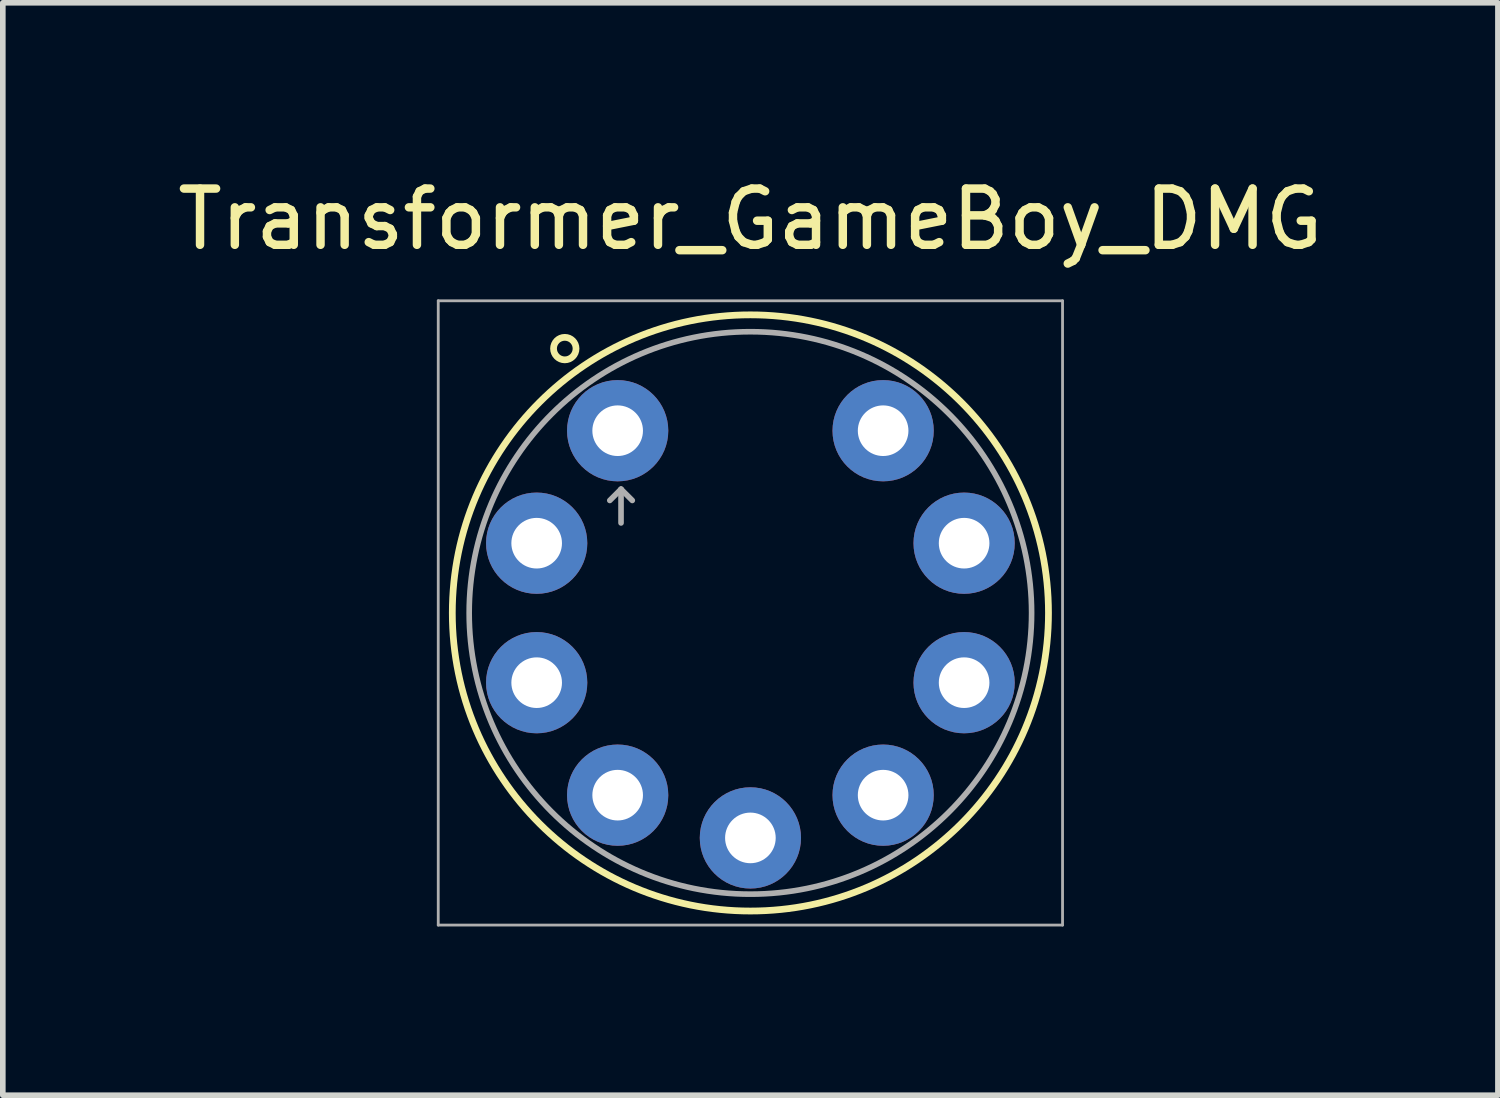
<source format=kicad_pcb>
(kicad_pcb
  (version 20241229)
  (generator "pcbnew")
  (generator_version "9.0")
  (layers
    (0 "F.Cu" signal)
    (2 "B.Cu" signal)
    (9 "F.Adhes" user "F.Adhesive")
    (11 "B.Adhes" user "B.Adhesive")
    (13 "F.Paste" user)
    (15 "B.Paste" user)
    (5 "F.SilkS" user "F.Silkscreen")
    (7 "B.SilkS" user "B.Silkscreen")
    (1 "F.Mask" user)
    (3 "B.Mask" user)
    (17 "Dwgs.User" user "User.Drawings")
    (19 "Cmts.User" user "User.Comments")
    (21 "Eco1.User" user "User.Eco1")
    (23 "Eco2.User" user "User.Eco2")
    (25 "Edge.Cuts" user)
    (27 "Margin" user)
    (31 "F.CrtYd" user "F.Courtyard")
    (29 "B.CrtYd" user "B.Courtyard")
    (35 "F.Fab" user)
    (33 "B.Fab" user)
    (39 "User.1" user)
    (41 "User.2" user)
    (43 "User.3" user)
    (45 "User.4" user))
  (footprint "Transformer_GameBoy_DMG"
    (layer "F.Cu")
    (at 10.292 7.848)
    (property "Reference" "Transformer_GameBoy_DMG" (at 0 -7 0) (layer "F.SilkS") (effects (font (size 1 1) (thickness 0.15))))
    (attr through_hole)
    (fp_circle (center -3.3 -4.7) (end -3.1 -4.7) (stroke (width 0.12) (type solid)) (fill no) (layer "F.SilkS"))
    (fp_circle (center 0 0) (end 5.3 0) (stroke (width 0.12) (type solid)) (fill no) (layer "F.SilkS"))
    (fp_line (start -5.55 -5.55) (end -5.55 5.55) (stroke (width 0.05) (type solid)) (layer "F.Fab"))
    (fp_line (start -2.5 -2) (end -2.3 -2.2) (stroke (width 0.1) (type solid)) (layer "F.Fab"))
    (fp_line (start -2.3 -2.2) (end -2.3 -1.6) (stroke (width 0.1) (type solid)) (layer "F.Fab"))
    (fp_line (start -2.3 -2.2) (end -2.1 -2) (stroke (width 0.1) (type solid)) (layer "F.Fab"))
    (fp_line (start 5.55 -5.55) (end -5.55 -5.55) (stroke (width 0.05) (type solid)) (layer "F.Fab"))
    (fp_line (start 5.55 -5.55) (end 5.55 5.55) (stroke (width 0.05) (type solid)) (layer "F.Fab"))
    (fp_line (start 5.55 5.55) (end -5.55 5.55) (stroke (width 0.05) (type solid)) (layer "F.Fab"))
    (fp_circle (center 0 0) (end 5 0) (stroke (width 0.1) (type solid)) (fill no) (layer "F.Fab"))
    (pad "1" thru_hole circle (at -2.36 -3.24 90) (size 1.8 1.8) (drill 0.9) (layers "*.Cu" "*.Mask"))
    (pad "2" thru_hole circle (at -3.8 -1.24 90) (size 1.8 1.8) (drill 0.9) (layers "*.Cu" "*.Mask"))
    (pad "3" thru_hole circle (at -3.8 1.24 90) (size 1.8 1.8) (drill 0.9) (layers "*.Cu" "*.Mask"))
    (pad "4" thru_hole circle (at -2.36 3.24 90) (size 1.8 1.8) (drill 0.9) (layers "*.Cu" "*.Mask"))
    (pad "5" thru_hole circle (at 0 4 90) (size 1.8 1.8) (drill 0.9) (layers "*.Cu" "*.Mask"))
    (pad "6" thru_hole circle (at 2.36 3.24 90) (size 1.8 1.8) (drill 0.9) (layers "*.Cu" "*.Mask"))
    (pad "7" thru_hole circle (at 3.8 1.24 90) (size 1.8 1.8) (drill 0.9) (layers "*.Cu" "*.Mask"))
    (pad "8" thru_hole circle (at 3.8 -1.24 90) (size 1.8 1.8) (drill 0.9) (layers "*.Cu" "*.Mask"))
    (pad "9" thru_hole circle (at 2.36 -3.24 90) (size 1.8 1.8) (drill 0.9) (layers "*.Cu" "*.Mask")))
  (gr_rect
    (start -3 -3)
    (end 23.583 16.423)
    (stroke (width 0.1) (type default))
    (fill no)
    (layer "Edge.Cuts")))
</source>
